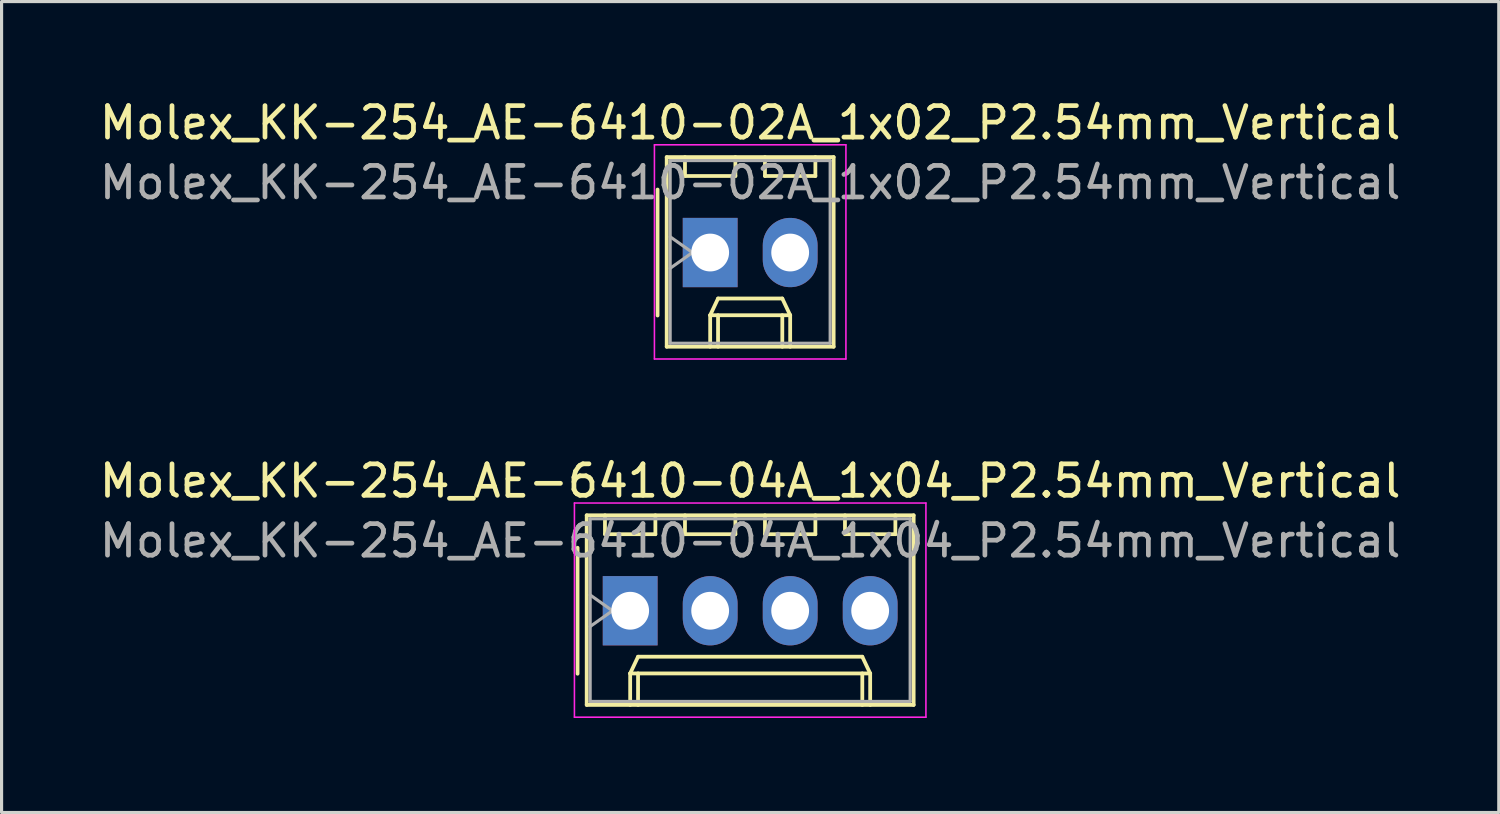
<source format=kicad_pcb>
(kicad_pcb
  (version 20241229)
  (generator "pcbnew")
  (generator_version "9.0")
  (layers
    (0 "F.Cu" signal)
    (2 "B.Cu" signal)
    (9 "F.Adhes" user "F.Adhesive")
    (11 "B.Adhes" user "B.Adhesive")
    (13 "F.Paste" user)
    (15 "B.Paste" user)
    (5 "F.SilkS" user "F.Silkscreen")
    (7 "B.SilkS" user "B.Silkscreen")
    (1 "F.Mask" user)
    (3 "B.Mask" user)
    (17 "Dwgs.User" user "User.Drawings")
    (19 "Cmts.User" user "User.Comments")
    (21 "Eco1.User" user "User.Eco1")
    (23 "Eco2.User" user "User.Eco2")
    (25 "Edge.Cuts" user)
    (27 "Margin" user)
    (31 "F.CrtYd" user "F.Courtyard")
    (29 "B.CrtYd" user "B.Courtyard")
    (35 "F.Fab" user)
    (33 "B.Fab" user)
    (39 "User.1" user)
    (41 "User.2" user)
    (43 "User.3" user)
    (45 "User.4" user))
  (footprint "Molex_KK-254_AE-6410-02A_1x02_P2.54mm_Vertical"
    (layer "F.Cu")
    (at 19.498 4.968)
    (property "Reference" "Molex_KK-254_AE-6410-02A_1x02_P2.54mm_Vertical" (at 1.27 -4.12 0) (layer "F.SilkS") (effects (font (size 1 1) (thickness 0.15))))
    (attr through_hole)
    (fp_line (start -1.67 -2) (end -1.67 2) (stroke (width 0.12) (type solid)) (layer "F.SilkS"))
    (fp_line (start -1.38 -3.03) (end -1.38 2.99) (stroke (width 0.12) (type solid)) (layer "F.SilkS"))
    (fp_line (start -1.38 2.99) (end 3.92 2.99) (stroke (width 0.12) (type solid)) (layer "F.SilkS"))
    (fp_line (start -0.8 -3.03) (end -0.8 -2.43) (stroke (width 0.12) (type solid)) (layer "F.SilkS"))
    (fp_line (start -0.8 -2.43) (end 0.8 -2.43) (stroke (width 0.12) (type solid)) (layer "F.SilkS"))
    (fp_line (start 0 1.99) (end 0.25 1.46) (stroke (width 0.12) (type solid)) (layer "F.SilkS"))
    (fp_line (start 0 1.99) (end 2.54 1.99) (stroke (width 0.12) (type solid)) (layer "F.SilkS"))
    (fp_line (start 0 2.99) (end 0 1.99) (stroke (width 0.12) (type solid)) (layer "F.SilkS"))
    (fp_line (start 0.25 1.46) (end 2.29 1.46) (stroke (width 0.12) (type solid)) (layer "F.SilkS"))
    (fp_line (start 0.25 2.99) (end 0.25 1.99) (stroke (width 0.12) (type solid)) (layer "F.SilkS"))
    (fp_line (start 0.8 -2.43) (end 0.8 -3.03) (stroke (width 0.12) (type solid)) (layer "F.SilkS"))
    (fp_line (start 1.74 -3.03) (end 1.74 -2.43) (stroke (width 0.12) (type solid)) (layer "F.SilkS"))
    (fp_line (start 1.74 -2.43) (end 3.34 -2.43) (stroke (width 0.12) (type solid)) (layer "F.SilkS"))
    (fp_line (start 2.29 1.46) (end 2.54 1.99) (stroke (width 0.12) (type solid)) (layer "F.SilkS"))
    (fp_line (start 2.29 2.99) (end 2.29 1.99) (stroke (width 0.12) (type solid)) (layer "F.SilkS"))
    (fp_line (start 2.54 1.99) (end 2.54 2.99) (stroke (width 0.12) (type solid)) (layer "F.SilkS"))
    (fp_line (start 3.34 -2.43) (end 3.34 -3.03) (stroke (width 0.12) (type solid)) (layer "F.SilkS"))
    (fp_line (start 3.92 -3.03) (end -1.38 -3.03) (stroke (width 0.12) (type solid)) (layer "F.SilkS"))
    (fp_line (start 3.92 2.99) (end 3.92 -3.03) (stroke (width 0.12) (type solid)) (layer "F.SilkS"))
    (fp_line (start -1.77 -3.42) (end -1.77 3.38) (stroke (width 0.05) (type solid)) (layer "F.CrtYd"))
    (fp_line (start -1.77 3.38) (end 4.31 3.38) (stroke (width 0.05) (type solid)) (layer "F.CrtYd"))
    (fp_line (start 4.31 -3.42) (end -1.77 -3.42) (stroke (width 0.05) (type solid)) (layer "F.CrtYd"))
    (fp_line (start 4.31 3.38) (end 4.31 -3.42) (stroke (width 0.05) (type solid)) (layer "F.CrtYd"))
    (fp_line (start -1.27 -2.92) (end -1.27 2.88) (stroke (width 0.1) (type solid)) (layer "F.Fab"))
    (fp_line (start -1.27 -0.5) (end -0.563 0) (stroke (width 0.1) (type solid)) (layer "F.Fab"))
    (fp_line (start -1.27 2.88) (end 3.81 2.88) (stroke (width 0.1) (type solid)) (layer "F.Fab"))
    (fp_line (start -0.563 0) (end -1.27 0.5) (stroke (width 0.1) (type solid)) (layer "F.Fab"))
    (fp_line (start 3.81 -2.92) (end -1.27 -2.92) (stroke (width 0.1) (type solid)) (layer "F.Fab"))
    (fp_line (start 3.81 2.88) (end 3.81 -2.92) (stroke (width 0.1) (type solid)) (layer "F.Fab"))
    (fp_text user "${REFERENCE}" (at 1.27 -2.22 0) (layer "F.Fab") (effects (font (size 1 1) (thickness 0.15))))
    (pad "1" thru_hole rect (at 0 0) (size 1.74 2.2) (drill 1.2) (layers "*.Cu" "*.Mask"))
    (pad "2" thru_hole oval (at 2.54 0) (size 1.74 2.2) (drill 1.2) (layers "*.Cu" "*.Mask")))
  (footprint "Molex_KK-254_AE-6410-04A_1x04_P2.54mm_Vertical"
    (layer "F.Cu")
    (at 16.958 16.341)
    (property "Reference" "Molex_KK-254_AE-6410-04A_1x04_P2.54mm_Vertical" (at 3.81 -4.12 0) (layer "F.SilkS") (effects (font (size 1 1) (thickness 0.15))))
    (attr through_hole)
    (fp_line (start -1.67 -2) (end -1.67 2) (stroke (width 0.12) (type solid)) (layer "F.SilkS"))
    (fp_line (start -1.38 -3.03) (end -1.38 2.99) (stroke (width 0.12) (type solid)) (layer "F.SilkS"))
    (fp_line (start -1.38 2.99) (end 9 2.99) (stroke (width 0.12) (type solid)) (layer "F.SilkS"))
    (fp_line (start -0.8 -3.03) (end -0.8 -2.43) (stroke (width 0.12) (type solid)) (layer "F.SilkS"))
    (fp_line (start -0.8 -2.43) (end 0.8 -2.43) (stroke (width 0.12) (type solid)) (layer "F.SilkS"))
    (fp_line (start 0 1.99) (end 0.25 1.46) (stroke (width 0.12) (type solid)) (layer "F.SilkS"))
    (fp_line (start 0 1.99) (end 7.62 1.99) (stroke (width 0.12) (type solid)) (layer "F.SilkS"))
    (fp_line (start 0 2.99) (end 0 1.99) (stroke (width 0.12) (type solid)) (layer "F.SilkS"))
    (fp_line (start 0.25 1.46) (end 7.37 1.46) (stroke (width 0.12) (type solid)) (layer "F.SilkS"))
    (fp_line (start 0.25 2.99) (end 0.25 1.99) (stroke (width 0.12) (type solid)) (layer "F.SilkS"))
    (fp_line (start 0.8 -2.43) (end 0.8 -3.03) (stroke (width 0.12) (type solid)) (layer "F.SilkS"))
    (fp_line (start 1.74 -3.03) (end 1.74 -2.43) (stroke (width 0.12) (type solid)) (layer "F.SilkS"))
    (fp_line (start 1.74 -2.43) (end 3.34 -2.43) (stroke (width 0.12) (type solid)) (layer "F.SilkS"))
    (fp_line (start 3.34 -2.43) (end 3.34 -3.03) (stroke (width 0.12) (type solid)) (layer "F.SilkS"))
    (fp_line (start 4.28 -3.03) (end 4.28 -2.43) (stroke (width 0.12) (type solid)) (layer "F.SilkS"))
    (fp_line (start 4.28 -2.43) (end 5.88 -2.43) (stroke (width 0.12) (type solid)) (layer "F.SilkS"))
    (fp_line (start 5.88 -2.43) (end 5.88 -3.03) (stroke (width 0.12) (type solid)) (layer "F.SilkS"))
    (fp_line (start 6.82 -3.03) (end 6.82 -2.43) (stroke (width 0.12) (type solid)) (layer "F.SilkS"))
    (fp_line (start 6.82 -2.43) (end 8.42 -2.43) (stroke (width 0.12) (type solid)) (layer "F.SilkS"))
    (fp_line (start 7.37 1.46) (end 7.62 1.99) (stroke (width 0.12) (type solid)) (layer "F.SilkS"))
    (fp_line (start 7.37 2.99) (end 7.37 1.99) (stroke (width 0.12) (type solid)) (layer "F.SilkS"))
    (fp_line (start 7.62 1.99) (end 7.62 2.99) (stroke (width 0.12) (type solid)) (layer "F.SilkS"))
    (fp_line (start 8.42 -2.43) (end 8.42 -3.03) (stroke (width 0.12) (type solid)) (layer "F.SilkS"))
    (fp_line (start 9 -3.03) (end -1.38 -3.03) (stroke (width 0.12) (type solid)) (layer "F.SilkS"))
    (fp_line (start 9 2.99) (end 9 -3.03) (stroke (width 0.12) (type solid)) (layer "F.SilkS"))
    (fp_line (start -1.77 -3.42) (end -1.77 3.38) (stroke (width 0.05) (type solid)) (layer "F.CrtYd"))
    (fp_line (start -1.77 3.38) (end 9.39 3.38) (stroke (width 0.05) (type solid)) (layer "F.CrtYd"))
    (fp_line (start 9.39 -3.42) (end -1.77 -3.42) (stroke (width 0.05) (type solid)) (layer "F.CrtYd"))
    (fp_line (start 9.39 3.38) (end 9.39 -3.42) (stroke (width 0.05) (type solid)) (layer "F.CrtYd"))
    (fp_line (start -1.27 -2.92) (end -1.27 2.88) (stroke (width 0.1) (type solid)) (layer "F.Fab"))
    (fp_line (start -1.27 -0.5) (end -0.563 0) (stroke (width 0.1) (type solid)) (layer "F.Fab"))
    (fp_line (start -1.27 2.88) (end 8.89 2.88) (stroke (width 0.1) (type solid)) (layer "F.Fab"))
    (fp_line (start -0.563 0) (end -1.27 0.5) (stroke (width 0.1) (type solid)) (layer "F.Fab"))
    (fp_line (start 8.89 -2.92) (end -1.27 -2.92) (stroke (width 0.1) (type solid)) (layer "F.Fab"))
    (fp_line (start 8.89 2.88) (end 8.89 -2.92) (stroke (width 0.1) (type solid)) (layer "F.Fab"))
    (fp_text user "${REFERENCE}" (at 3.81 -2.22 0) (layer "F.Fab") (effects (font (size 1 1) (thickness 0.15))))
    (pad "1" thru_hole rect (at 0 0) (size 1.74 2.2) (drill 1.2) (layers "*.Cu" "*.Mask"))
    (pad "2" thru_hole oval (at 2.54 0) (size 1.74 2.2) (drill 1.2) (layers "*.Cu" "*.Mask"))
    (pad "3" thru_hole oval (at 5.08 0) (size 1.74 2.2) (drill 1.2) (layers "*.Cu" "*.Mask"))
    (pad "4" thru_hole oval (at 7.62 0) (size 1.74 2.2) (drill 1.2) (layers "*.Cu" "*.Mask")))
  (gr_rect
    (start -3 -3)
    (end 44.536 22.747)
    (stroke (width 0.1) (type default))
    (fill no)
    (layer "Edge.Cuts")))
</source>
